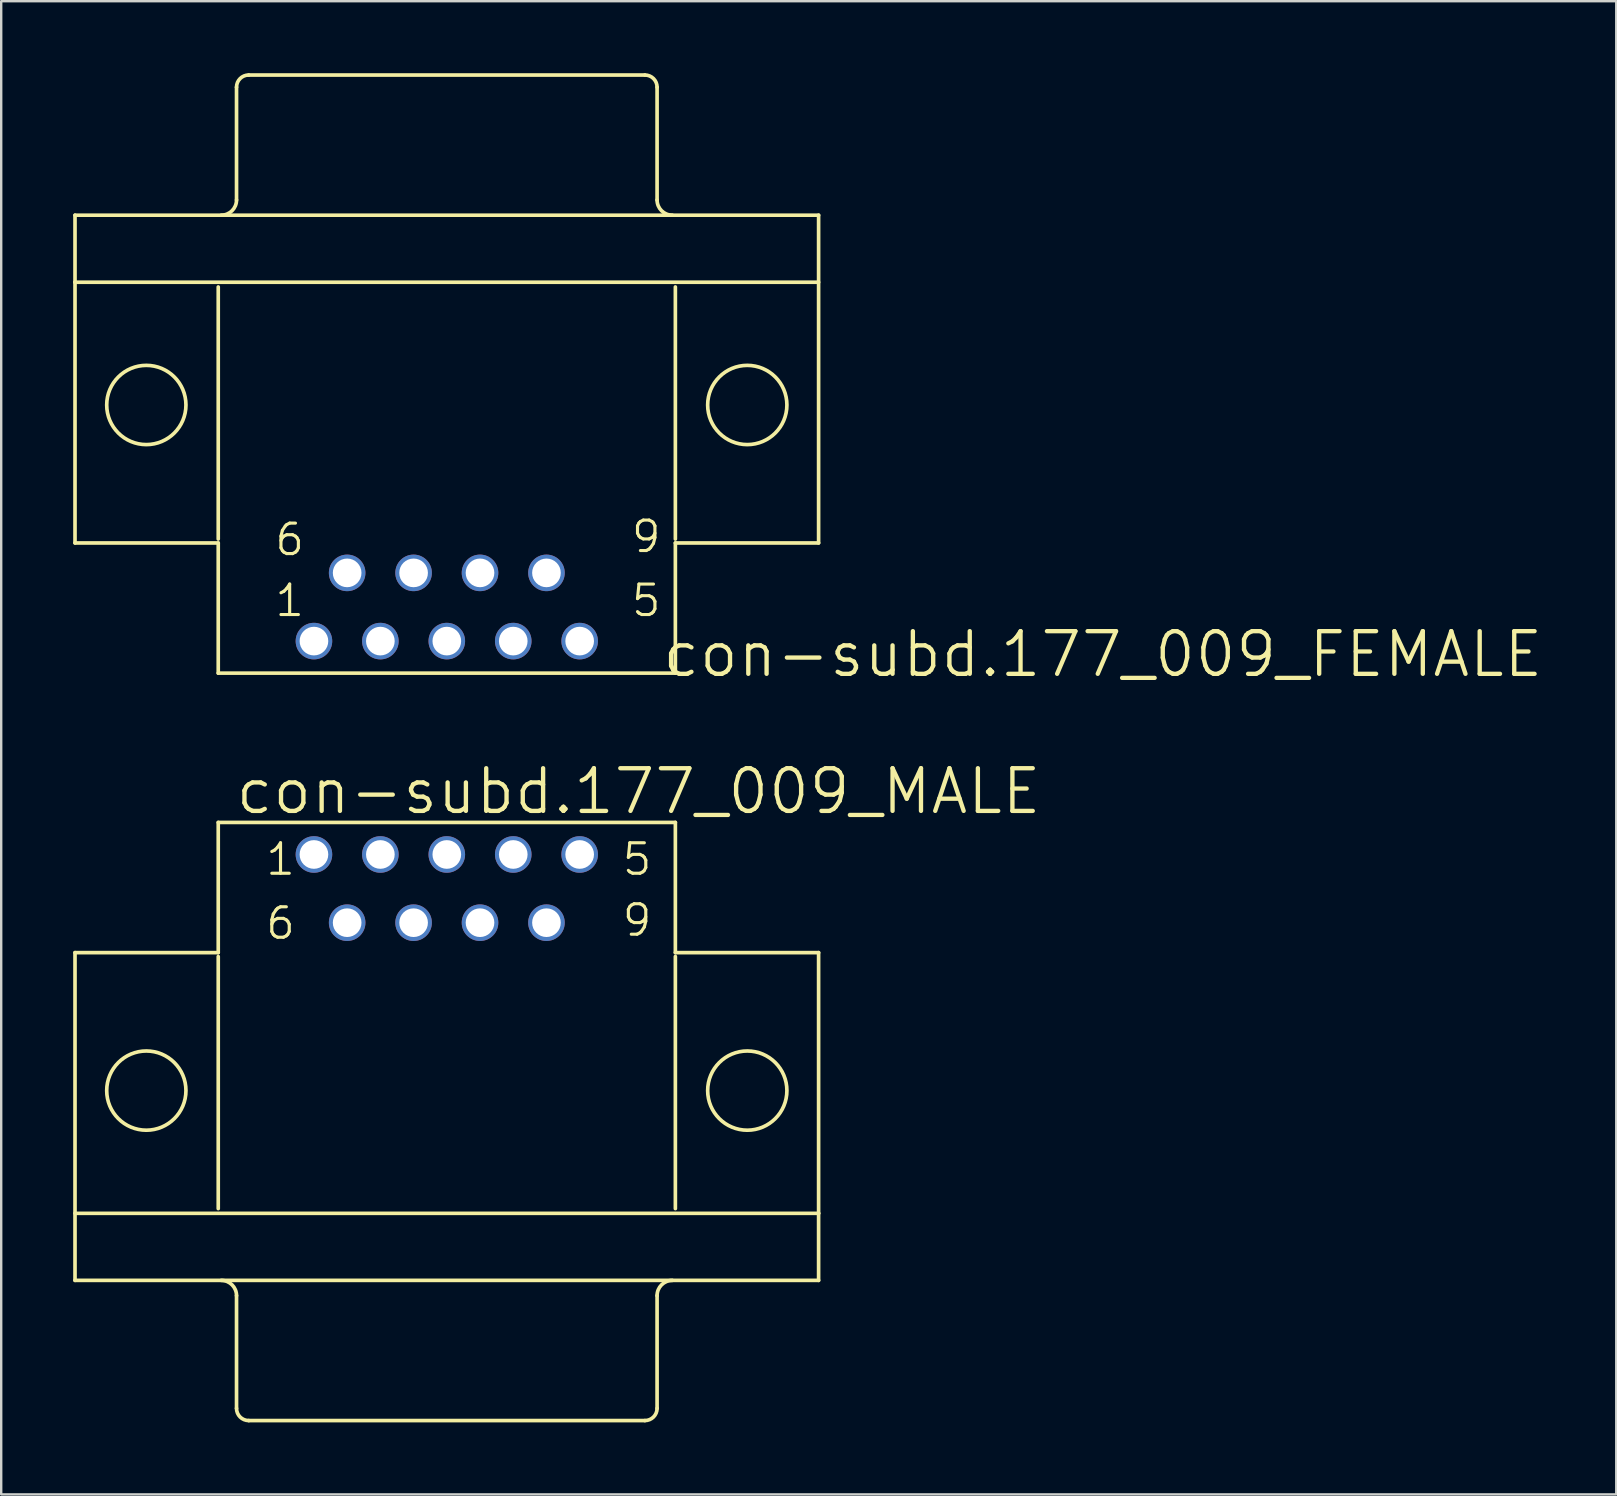
<source format=kicad_pcb>
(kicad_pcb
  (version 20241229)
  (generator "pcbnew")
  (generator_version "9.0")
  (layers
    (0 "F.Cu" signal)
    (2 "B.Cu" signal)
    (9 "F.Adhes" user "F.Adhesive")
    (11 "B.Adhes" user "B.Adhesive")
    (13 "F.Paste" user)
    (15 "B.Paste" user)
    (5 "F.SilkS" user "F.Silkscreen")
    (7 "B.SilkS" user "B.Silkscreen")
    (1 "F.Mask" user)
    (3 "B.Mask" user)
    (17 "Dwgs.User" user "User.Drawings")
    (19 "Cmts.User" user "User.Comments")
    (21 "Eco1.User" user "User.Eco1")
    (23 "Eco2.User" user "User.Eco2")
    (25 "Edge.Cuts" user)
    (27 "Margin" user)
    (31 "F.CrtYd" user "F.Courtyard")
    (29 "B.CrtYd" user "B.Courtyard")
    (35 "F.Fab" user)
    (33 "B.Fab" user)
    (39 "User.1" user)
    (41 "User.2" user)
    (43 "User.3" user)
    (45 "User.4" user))
  (footprint "con-subd.177_009_MALE"
    (layer "F.Cu")
    (at 15.57 42.399)
    (property "Reference" "con-subd.177_009_MALE" (at -8.89 -11.43 0) (layer "F.SilkS") (effects (font (size 1.778 1.778) (thickness 0.18)) (justify left bottom)))
    (attr through_hole)
    (fp_line (start -15.494 -5.75) (end -15.494 7.909) (stroke (width 0.152) (type default)) (layer "F.SilkS"))
    (fp_line (start -9.525 -11.175) (end -9.525 -5.75) (stroke (width 0.152) (type default)) (layer "F.SilkS"))
    (fp_line (start -9.525 -5.75) (end -15.494 -5.75) (stroke (width 0.152) (type default)) (layer "F.SilkS"))
    (fp_line (start -9.525 -5.587) (end -9.525 4.918) (stroke (width 0.152) (type default)) (layer "F.SilkS"))
    (fp_line (start -8.763 8.544) (end -8.763 13.243) (stroke (width 0.152) (type default)) (layer "F.SilkS"))
    (fp_line (start 8.255 13.751) (end -8.255 13.751) (stroke (width 0.152) (type default)) (layer "F.SilkS"))
    (fp_line (start 8.763 8.544) (end 8.763 13.243) (stroke (width 0.152) (type default)) (layer "F.SilkS"))
    (fp_line (start 9.525 -11.175) (end -9.525 -11.175) (stroke (width 0.152) (type default)) (layer "F.SilkS"))
    (fp_line (start 9.525 -5.75) (end 9.525 -11.175) (stroke (width 0.152) (type default)) (layer "F.SilkS"))
    (fp_line (start 9.525 4.918) (end 9.525 -5.587) (stroke (width 0.152) (type default)) (layer "F.SilkS"))
    (fp_line (start 15.494 -5.75) (end 9.525 -5.75) (stroke (width 0.152) (type default)) (layer "F.SilkS"))
    (fp_line (start 15.494 -5.75) (end 15.494 5.115) (stroke (width 0.152) (type default)) (layer "F.SilkS"))
    (fp_line (start 15.494 5.115) (end -15.494 5.115) (stroke (width 0.152) (type default)) (layer "F.SilkS"))
    (fp_line (start 15.494 5.115) (end 15.494 7.909) (stroke (width 0.152) (type default)) (layer "F.SilkS"))
    (fp_line (start 15.494 7.909) (end -15.494 7.909) (stroke (width 0.152) (type default)) (layer "F.SilkS"))
    (fp_arc (start -9.398 7.909) (mid -8.948987 8.094987) (end -8.763 8.544) (stroke (width 0.1524) (type default)) (layer "F.SilkS"))
    (fp_arc (start -8.255 13.751) (mid -8.61421 13.60221) (end -8.763 13.243) (stroke (width 0.1524) (type default)) (layer "F.SilkS"))
    (fp_arc (start 8.763 8.544) (mid 8.948987 8.094987) (end 9.398 7.909) (stroke (width 0.1524) (type default)) (layer "F.SilkS"))
    (fp_arc (start 8.763 13.243) (mid 8.61421 13.60221) (end 8.255 13.751) (stroke (width 0.1524) (type default)) (layer "F.SilkS"))
    (fp_circle (center -12.522 0) (end -10.871 0) (stroke (width 0.152) (type default)) (fill no) (layer "F.SilkS"))
    (fp_circle (center 12.522 0) (end 14.173 0) (stroke (width 0.152) (type default)) (fill no) (layer "F.SilkS"))
    (fp_text user "9" (at 7.239 -6.355 0) (layer "F.SilkS") (effects (font (size 1.27 1.27) (thickness 0.13)) (justify left bottom)))
    (fp_text user "1" (at -7.62 -8.895 0) (layer "F.SilkS") (effects (font (size 1.27 1.27) (thickness 0.13)) (justify left bottom)))
    (fp_text user "5" (at 7.239 -8.895 0) (layer "F.SilkS") (effects (font (size 1.27 1.27) (thickness 0.13)) (justify left bottom)))
    (fp_text user "6" (at -7.62 -6.228 0) (layer "F.SilkS") (effects (font (size 1.27 1.27) (thickness 0.13)) (justify left bottom)))
    (pad "1" thru_hole circle (at -5.537 -9.84) (size 1.524 1.524) (drill 1.194) (layers "*.Cu" "*.Mask"))
    (pad "2" thru_hole circle (at -2.769 -9.84) (size 1.524 1.524) (drill 1.194) (layers "*.Cu" "*.Mask"))
    (pad "3" thru_hole circle (at 0 -9.84) (size 1.524 1.524) (drill 1.194) (layers "*.Cu" "*.Mask"))
    (pad "4" thru_hole circle (at 2.769 -9.84) (size 1.524 1.524) (drill 1.194) (layers "*.Cu" "*.Mask"))
    (pad "5" thru_hole circle (at 5.537 -9.84) (size 1.524 1.524) (drill 1.194) (layers "*.Cu" "*.Mask"))
    (pad "6" thru_hole circle (at -4.153 -6.997) (size 1.524 1.524) (drill 1.194) (layers "*.Cu" "*.Mask"))
    (pad "7" thru_hole circle (at -1.384 -6.997) (size 1.524 1.524) (drill 1.194) (layers "*.Cu" "*.Mask"))
    (pad "8" thru_hole circle (at 1.384 -6.997) (size 1.524 1.524) (drill 1.194) (layers "*.Cu" "*.Mask"))
    (pad "9" thru_hole circle (at 4.153 -6.997) (size 1.524 1.524) (drill 1.194) (layers "*.Cu" "*.Mask")))
  (footprint "con-subd.177_009_FEMALE"
    (layer "F.Cu")
    (at 15.57 13.827)
    (property "Reference" "con-subd.177_009_FEMALE" (at 8.89 11.43 180) (layer "F.SilkS") (effects (font (size 1.778 1.778) (thickness 0.18)) (justify left bottom)))
    (attr through_hole)
    (fp_line (start -15.494 -7.909) (end 15.494 -7.909) (stroke (width 0.152) (type default)) (layer "F.SilkS"))
    (fp_line (start -15.494 -5.115) (end -15.494 -7.909) (stroke (width 0.152) (type default)) (layer "F.SilkS"))
    (fp_line (start -15.494 -5.115) (end 15.494 -5.115) (stroke (width 0.152) (type default)) (layer "F.SilkS"))
    (fp_line (start -15.494 5.75) (end -15.494 -5.115) (stroke (width 0.152) (type default)) (layer "F.SilkS"))
    (fp_line (start -15.494 5.75) (end -9.525 5.75) (stroke (width 0.152) (type default)) (layer "F.SilkS"))
    (fp_line (start -9.525 -4.918) (end -9.525 5.587) (stroke (width 0.152) (type default)) (layer "F.SilkS"))
    (fp_line (start -9.525 5.75) (end -9.525 11.175) (stroke (width 0.152) (type default)) (layer "F.SilkS"))
    (fp_line (start -9.525 11.175) (end 9.525 11.175) (stroke (width 0.152) (type default)) (layer "F.SilkS"))
    (fp_line (start -8.763 -8.544) (end -8.763 -13.243) (stroke (width 0.152) (type default)) (layer "F.SilkS"))
    (fp_line (start -8.255 -13.751) (end 8.255 -13.751) (stroke (width 0.152) (type default)) (layer "F.SilkS"))
    (fp_line (start 8.763 -8.544) (end 8.763 -13.243) (stroke (width 0.152) (type default)) (layer "F.SilkS"))
    (fp_line (start 9.525 5.587) (end 9.525 -4.918) (stroke (width 0.152) (type default)) (layer "F.SilkS"))
    (fp_line (start 9.525 5.75) (end 15.494 5.75) (stroke (width 0.152) (type default)) (layer "F.SilkS"))
    (fp_line (start 9.525 11.175) (end 9.525 5.75) (stroke (width 0.152) (type default)) (layer "F.SilkS"))
    (fp_line (start 15.494 5.75) (end 15.494 -7.909) (stroke (width 0.152) (type default)) (layer "F.SilkS"))
    (fp_arc (start -8.763 -13.243) (mid -8.61421 -13.60221) (end -8.255 -13.751) (stroke (width 0.1524) (type default)) (layer "F.SilkS"))
    (fp_arc (start -8.763 -8.544) (mid -8.948987 -8.094987) (end -9.398 -7.909) (stroke (width 0.1524) (type default)) (layer "F.SilkS"))
    (fp_arc (start 8.255 -13.751) (mid 8.61421 -13.60221) (end 8.763 -13.243) (stroke (width 0.1524) (type default)) (layer "F.SilkS"))
    (fp_arc (start 9.398 -7.909) (mid 8.948987 -8.094987) (end 8.763 -8.544) (stroke (width 0.1524) (type default)) (layer "F.SilkS"))
    (fp_circle (center -12.522 0) (end -10.871 0) (stroke (width 0.152) (type default)) (fill no) (layer "F.SilkS"))
    (fp_circle (center 12.522 0) (end 14.173 0) (stroke (width 0.152) (type default)) (fill no) (layer "F.SilkS"))
    (fp_text user "1" (at -7.239 8.895 180) (layer "F.SilkS") (effects (font (size 1.27 1.27) (thickness 0.13)) (justify left bottom)))
    (fp_text user "9" (at 7.62 6.228 180) (layer "F.SilkS") (effects (font (size 1.27 1.27) (thickness 0.13)) (justify left bottom)))
    (fp_text user "5" (at 7.62 8.895 180) (layer "F.SilkS") (effects (font (size 1.27 1.27) (thickness 0.13)) (justify left bottom)))
    (fp_text user "6" (at -7.239 6.355 180) (layer "F.SilkS") (effects (font (size 1.27 1.27) (thickness 0.13)) (justify left bottom)))
    (pad "1" thru_hole circle (at -5.537 9.84) (size 1.524 1.524) (drill 1.194) (layers "*.Cu" "*.Mask"))
    (pad "2" thru_hole circle (at -2.769 9.84) (size 1.524 1.524) (drill 1.194) (layers "*.Cu" "*.Mask"))
    (pad "3" thru_hole circle (at 0 9.84) (size 1.524 1.524) (drill 1.194) (layers "*.Cu" "*.Mask"))
    (pad "4" thru_hole circle (at 2.769 9.84) (size 1.524 1.524) (drill 1.194) (layers "*.Cu" "*.Mask"))
    (pad "5" thru_hole circle (at 5.537 9.84) (size 1.524 1.524) (drill 1.194) (layers "*.Cu" "*.Mask"))
    (pad "6" thru_hole circle (at -4.153 6.997) (size 1.524 1.524) (drill 1.194) (layers "*.Cu" "*.Mask"))
    (pad "7" thru_hole circle (at -1.384 6.997) (size 1.524 1.524) (drill 1.194) (layers "*.Cu" "*.Mask"))
    (pad "8" thru_hole circle (at 1.384 6.997) (size 1.524 1.524) (drill 1.194) (layers "*.Cu" "*.Mask"))
    (pad "9" thru_hole circle (at 4.153 6.997) (size 1.524 1.524) (drill 1.194) (layers "*.Cu" "*.Mask")))
  (gr_rect
    (start -3 -3)
    (end 64.305 59.226)
    (stroke (width 0.1) (type default))
    (fill no)
    (layer "Edge.Cuts")))
</source>
